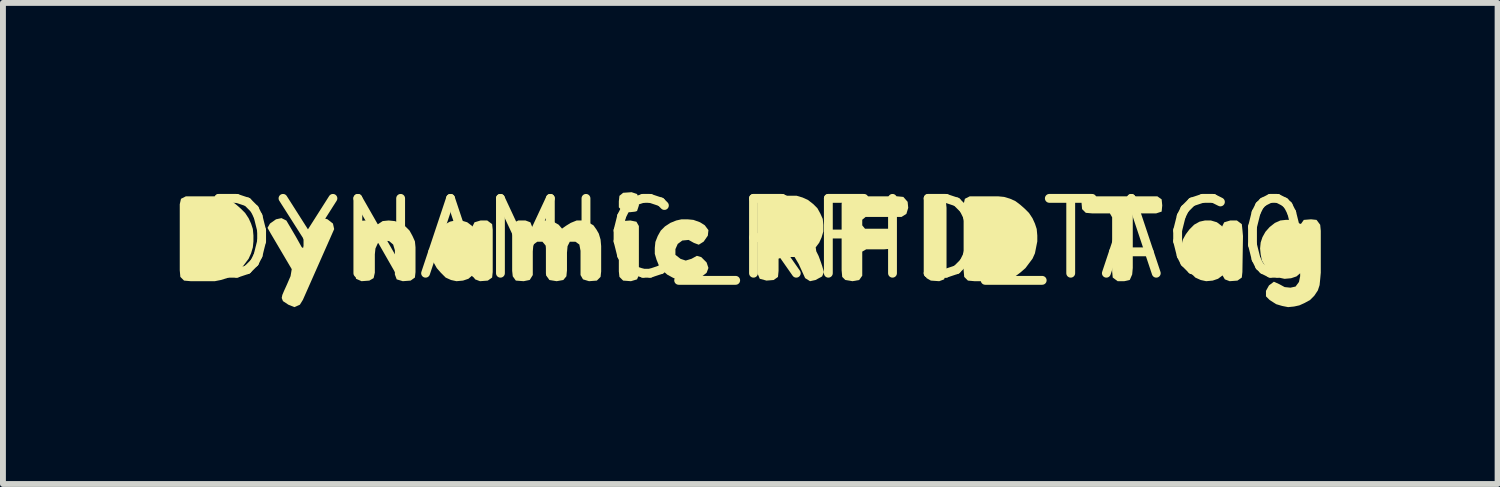
<source format=kicad_pcb>
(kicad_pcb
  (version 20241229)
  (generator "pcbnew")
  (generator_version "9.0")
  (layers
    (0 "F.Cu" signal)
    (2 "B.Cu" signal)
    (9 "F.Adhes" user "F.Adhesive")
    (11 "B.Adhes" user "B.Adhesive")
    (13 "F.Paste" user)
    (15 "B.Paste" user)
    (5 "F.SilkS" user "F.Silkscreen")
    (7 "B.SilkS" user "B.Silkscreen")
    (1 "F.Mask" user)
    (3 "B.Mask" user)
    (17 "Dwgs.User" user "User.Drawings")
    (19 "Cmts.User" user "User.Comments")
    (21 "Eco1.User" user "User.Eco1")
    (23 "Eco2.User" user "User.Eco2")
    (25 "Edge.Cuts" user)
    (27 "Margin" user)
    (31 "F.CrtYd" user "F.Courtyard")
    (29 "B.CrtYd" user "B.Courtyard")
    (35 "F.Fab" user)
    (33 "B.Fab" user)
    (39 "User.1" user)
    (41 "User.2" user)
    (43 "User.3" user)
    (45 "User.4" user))
  (footprint "DYNAMIC_RFID_TAG0"
    (layer "F.Cu")
    (at 9.765 1.006)
    (property "Reference" "DYNAMIC_RFID_TAG0" (at 0 0 0) (layer "F.SilkS") (effects (font (size 1.27 1.27) (thickness 0.15))))
    (fp_poly (pts (xy -2.017 -0.294) (xy -1.975 -0.221) (xy -1.975 0.611) (xy -2.006 0.684) (xy -2.109 0.715) (xy -2.242 0.705) (xy -2.305 0.642) (xy -2.315 0.55) (xy -2.315 -0.242) (xy -2.252 -0.305) (xy -2.12 -0.315)) (stroke (width 0) (type default)) (fill yes) (layer "F.SilkS"))
    (fp_poly (pts (xy -2.006 -0.764) (xy -1.975 -0.681) (xy -1.975 -0.569) (xy -2.006 -0.476) (xy -2.039 -0.465) (xy -2.13 -0.455) (xy -2.242 -0.465) (xy -2.315 -0.538) (xy -2.315 -0.64) (xy -2.305 -0.733) (xy -2.242 -0.785) (xy -2.099 -0.795)) (stroke (width 0) (type default)) (fill yes) (layer "F.SilkS"))
    (fp_poly (pts (xy 3.183 -0.705) (xy 3.235 -0.632) (xy 3.245 -0.53) (xy 3.245 0.49) (xy 3.235 0.591) (xy 3.204 0.684) (xy 3.121 0.715) (xy 2.979 0.705) (xy 2.906 0.663) (xy 2.885 0.571) (xy 2.885 -0.55) (xy 2.895 -0.652) (xy 2.948 -0.715) (xy 3.08 -0.725)) (stroke (width 0) (type default)) (fill yes) (layer "F.SilkS"))
    (fp_poly (pts (xy 6.895 -0.673) (xy 6.905 -0.57) (xy 6.895 -0.466) (xy 6.801 -0.435) (xy 6.49 -0.435) (xy 6.405 -0.426) (xy 6.405 0.49) (xy 6.395 0.601) (xy 6.354 0.694) (xy 6.261 0.715) (xy 6.148 0.715) (xy 6.065 0.653) (xy 6.055 0.55) (xy 6.055 -0.369) (xy 6.017 -0.435) (xy 5.72 -0.435) (xy 5.608 -0.445) (xy 5.545 -0.508) (xy 5.535 -0.621) (xy 5.577 -0.704) (xy 5.68 -0.725) (xy 6.822 -0.725)) (stroke (width 0) (type default)) (fill yes) (layer "F.SilkS"))
    (fp_poly (pts (xy 2.512 -0.715) (xy 2.585 -0.632) (xy 2.595 -0.53) (xy 2.564 -0.427) (xy 2.481 -0.375) (xy 1.872 -0.375) (xy 1.815 -0.328) (xy 1.815 -0.232) (xy 1.862 -0.175) (xy 2.272 -0.175) (xy 2.345 -0.123) (xy 2.365 -0.01) (xy 2.355 0.102) (xy 2.292 0.165) (xy 2.18 0.175) (xy 1.881 0.175) (xy 1.815 0.213) (xy 1.815 0.622) (xy 1.763 0.695) (xy 1.65 0.715) (xy 1.528 0.695) (xy 1.475 0.642) (xy 1.465 0.53) (xy 1.465 -0.601) (xy 1.496 -0.694) (xy 1.579 -0.725) (xy 2.41 -0.725)) (stroke (width 0) (type default)) (fill yes) (layer "F.SilkS"))
    (fp_poly (pts (xy -7.258 -0.335) (xy -7.166 -0.263) (xy -7.145 -0.169) (xy -7.185 -0.078) (xy -7.676 1.032) (xy -7.727 1.114) (xy -7.82 1.155) (xy -7.922 1.114) (xy -8.014 1.053) (xy -8.035 1) (xy -8.025 0.949) (xy -7.995 0.878) (xy -7.945 0.768) (xy -7.885 0.629) (xy -7.865 0.511) (xy -8.224 -0.098) (xy -8.276 -0.19) (xy -8.234 -0.263) (xy -8.132 -0.335) (xy -8.039 -0.355) (xy -7.956 -0.314) (xy -7.796 -0.042) (xy -7.696 0.137) (xy -7.672 0.153) (xy -7.645 0.088) (xy -7.524 -0.182) (xy -7.474 -0.273) (xy -7.443 -0.314) (xy -7.361 -0.365)) (stroke (width 0) (type default)) (fill yes) (layer "F.SilkS"))
    (fp_poly (pts (xy 4.221 -0.715) (xy 4.322 -0.685) (xy 4.413 -0.644) (xy 4.493 -0.584) (xy 4.573 -0.514) (xy 4.644 -0.443) (xy 4.704 -0.352) (xy 4.745 -0.262) (xy 4.775 -0.171) (xy 4.785 -0.06) (xy 4.785 0.04) (xy 4.765 0.141) (xy 4.745 0.242) (xy 4.704 0.333) (xy 4.644 0.413) (xy 4.584 0.493) (xy 4.503 0.564) (xy 4.423 0.624) (xy 4.327 0.667) (xy 4.326 0.663) (xy 4.231 0.695) (xy 4.13 0.715) (xy 3.72 0.715) (xy 3.608 0.705) (xy 3.545 0.642) (xy 3.535 0.53) (xy 3.535 -0.591) (xy 3.556 -0.683) (xy 3.639 -0.725) (xy 4.12 -0.725)) (stroke (width 0) (type default)) (fill yes) (layer "F.SilkS"))
    (fp_poly (pts (xy -4.888 -0.285) (xy -4.806 -0.223) (xy -4.8 -0.211) (xy -4.764 -0.284) (xy -4.661 -0.315) (xy -4.548 -0.315) (xy -4.465 -0.253) (xy -4.455 -0.16) (xy -4.455 0.56) (xy -4.465 0.653) (xy -4.538 0.705) (xy -4.671 0.715) (xy -4.753 0.684) (xy -4.801 0.617) (xy -4.867 0.674) (xy -4.959 0.705) (xy -5.07 0.715) (xy -5.162 0.695) (xy -5.253 0.654) (xy -5.334 0.573) (xy -5.404 0.493) (xy -5.455 0.402) (xy -5.485 0.311) (xy -5.495 0.21) (xy -5.485 0.109) (xy -5.465 0.008) (xy -5.414 -0.083) (xy -5.354 -0.163) (xy -5.273 -0.244) (xy -5.182 -0.295) (xy -5.091 -0.315) (xy -4.989 -0.315)) (stroke (width 0) (type default)) (fill yes) (layer "F.SilkS"))
    (fp_poly (pts (xy -9.079 -0.715) (xy -8.978 -0.685) (xy -8.887 -0.644) (xy -8.807 -0.584) (xy -8.727 -0.514) (xy -8.656 -0.443) (xy -8.596 -0.352) (xy -8.555 -0.262) (xy -8.525 -0.171) (xy -8.515 -0.06) (xy -8.515 0.04) (xy -8.525 0.141) (xy -8.555 0.242) (xy -8.596 0.333) (xy -8.656 0.413) (xy -8.716 0.493) (xy -8.797 0.564) (xy -8.877 0.624) (xy -8.964 0.663) (xy -8.963 0.663) (xy -8.968 0.665) (xy -8.973 0.667) (xy -8.973 0.666) (xy -9.069 0.695) (xy -9.17 0.715) (xy -9.58 0.715) (xy -9.692 0.705) (xy -9.755 0.642) (xy -9.765 0.53) (xy -9.765 -0.591) (xy -9.744 -0.683) (xy -9.661 -0.725) (xy -9.18 -0.725)) (stroke (width 0) (type default)) (fill yes) (layer "F.SilkS"))
    (fp_poly (pts (xy 7.832 -0.285) (xy 7.914 -0.223) (xy 7.92 -0.211) (xy 7.956 -0.284) (xy 8.059 -0.315) (xy 8.172 -0.315) (xy 8.255 -0.253) (xy 8.265 -0.161) (xy 8.275 -0.05) (xy 8.265 0.56) (xy 8.255 0.653) (xy 8.182 0.705) (xy 8.049 0.715) (xy 7.967 0.684) (xy 7.928 0.617) (xy 7.852 0.674) (xy 7.761 0.705) (xy 7.65 0.715) (xy 7.558 0.695) (xy 7.467 0.654) (xy 7.386 0.573) (xy 7.316 0.493) (xy 7.265 0.402) (xy 7.235 0.311) (xy 7.225 0.21) (xy 7.235 0.109) (xy 7.255 0.008) (xy 7.306 -0.083) (xy 7.366 -0.163) (xy 7.447 -0.244) (xy 7.538 -0.295) (xy 7.629 -0.315) (xy 7.731 -0.315)) (stroke (width 0) (type default)) (fill yes) (layer "F.SilkS"))
    (fp_poly (pts (xy -6.119 -0.305) (xy -6.028 -0.275) (xy -5.937 -0.214) (xy -5.866 -0.143) (xy -5.816 -0.052) (xy -5.775 0.039) (xy -5.765 0.14) (xy -5.765 0.56) (xy -5.775 0.653) (xy -5.848 0.705) (xy -5.981 0.715) (xy -6.084 0.684) (xy -6.115 0.601) (xy -6.115 0.191) (xy -6.144 0.093) (xy -6.212 0.035) (xy -6.319 0.025) (xy -6.406 0.074) (xy -6.445 0.161) (xy -6.455 0.26) (xy -6.455 0.571) (xy -6.476 0.663) (xy -6.548 0.705) (xy -6.681 0.715) (xy -6.774 0.674) (xy -6.795 0.581) (xy -6.795 -0.232) (xy -6.743 -0.305) (xy -6.62 -0.315) (xy -6.507 -0.305) (xy -6.458 -0.236) (xy -6.412 -0.245) (xy -6.322 -0.305) (xy -6.22 -0.315)) (stroke (width 0) (type default)) (fill yes) (layer "F.SilkS"))
    (fp_poly (pts (xy 0.802 -0.705) (xy 0.893 -0.664) (xy 0.979 -0.597) (xy 0.98 -0.597) (xy 0.983 -0.594) (xy 0.987 -0.591) (xy 0.987 -0.59) (xy 1.054 -0.523) (xy 1.104 -0.432) (xy 1.145 -0.341) (xy 1.155 -0.24) (xy 1.155 -0.129) (xy 1.125 -0.028) (xy 1.084 0.063) (xy 1.025 0.141) (xy 1.035 0.208) (xy 1.075 0.288) (xy 1.115 0.398) (xy 1.135 0.458) (xy 1.165 0.56) (xy 1.134 0.634) (xy 1.022 0.695) (xy 0.929 0.715) (xy 0.846 0.663) (xy 0.736 0.422) (xy 0.667 0.305) (xy 0.471 0.305) (xy 0.395 0.333) (xy 0.395 0.54) (xy 0.385 0.643) (xy 0.312 0.695) (xy 0.19 0.705) (xy 0.076 0.674) (xy 0.045 0.601) (xy 0.045 -0.631) (xy 0.087 -0.714) (xy 0.19 -0.735) (xy 0.701 -0.735)) (stroke (width 0) (type default)) (fill yes) (layer "F.SilkS"))
    (fp_poly (pts (xy -1.049 -0.325) (xy -0.938 -0.285) (xy -0.857 -0.234) (xy -0.795 -0.151) (xy -0.805 -0.058) (xy -0.876 0.044) (xy -0.959 0.096) (xy -1.042 0.065) (xy -1.131 0.015) (xy -1.238 0.025) (xy -1.316 0.083) (xy -1.355 0.171) (xy -1.355 0.268) (xy -1.268 0.336) (xy -1.18 0.365) (xy -1.082 0.335) (xy -0.991 0.285) (xy -0.917 0.306) (xy -0.826 0.397) (xy -0.795 0.49) (xy -0.826 0.573) (xy -0.917 0.644) (xy -1.008 0.695) (xy -1.11 0.715) (xy -1.21 0.715) (xy -1.312 0.695) (xy -1.402 0.654) (xy -1.493 0.604) (xy -1.574 0.533) (xy -1.634 0.452) (xy -1.675 0.352) (xy -1.705 0.251) (xy -1.705 0.15) (xy -1.695 0.049) (xy -1.655 -0.052) (xy -1.604 -0.143) (xy -1.533 -0.214) (xy -1.442 -0.274) (xy -1.341 -0.315) (xy -1.251 -0.335) (xy -1.15 -0.335)) (stroke (width 0) (type default)) (fill yes) (layer "F.SilkS"))
    (fp_poly (pts (xy 9.523 -0.325) (xy 9.585 -0.242) (xy 9.595 -0.14) (xy 9.595 0.57) (xy 9.585 0.68) (xy 9.575 0.781) (xy 9.545 0.872) (xy 9.484 0.963) (xy 9.413 1.034) (xy 9.322 1.084) (xy 9.232 1.125) (xy 9.141 1.145) (xy 9.04 1.155) (xy 8.939 1.135) (xy 8.838 1.105) (xy 8.727 1.034) (xy 8.665 0.972) (xy 8.665 0.879) (xy 8.716 0.787) (xy 8.799 0.724) (xy 8.892 0.766) (xy 8.982 0.815) (xy 9.08 0.825) (xy 9.167 0.806) (xy 9.225 0.728) (xy 9.245 0.63) (xy 9.245 0.581) (xy 9.183 0.634) (xy 9.091 0.665) (xy 8.98 0.675) (xy 8.888 0.655) (xy 8.797 0.604) (xy 8.716 0.534) (xy 8.646 0.453) (xy 8.595 0.362) (xy 8.575 0.261) (xy 8.565 0.16) (xy 8.575 0.059) (xy 8.605 -0.032) (xy 8.656 -0.123) (xy 8.727 -0.204) (xy 8.817 -0.274) (xy 8.909 -0.315) (xy 9 -0.325) (xy 9.101 -0.325) (xy 9.202 -0.275) (xy 9.258 -0.256) (xy 9.307 -0.325) (xy 9.43 -0.335)) (stroke (width 0) (type default)) (fill yes) (layer "F.SilkS"))
    (fp_poly (pts (xy -3.816 -0.284) (xy -3.779 -0.19) (xy -3.713 -0.274) (xy -3.621 -0.315) (xy -3.53 -0.315) (xy -3.428 -0.295) (xy -3.337 -0.244) (xy -3.279 -0.177) (xy -3.213 -0.224) (xy -3.132 -0.274) (xy -3.031 -0.315) (xy -2.929 -0.315) (xy -2.838 -0.285) (xy -2.747 -0.234) (xy -2.696 -0.163) (xy -2.655 -0.092) (xy -2.625 0.009) (xy -2.615 0.12) (xy -2.615 0.55) (xy -2.625 0.642) (xy -2.688 0.705) (xy -2.821 0.715) (xy -2.923 0.684) (xy -2.965 0.611) (xy -2.965 0.2) (xy -2.985 0.093) (xy -3.052 0.045) (xy -3.147 0.045) (xy -3.185 0.121) (xy -3.195 0.23) (xy -3.195 0.53) (xy -3.205 0.632) (xy -3.257 0.695) (xy -3.37 0.715) (xy -3.493 0.695) (xy -3.545 0.622) (xy -3.545 0.22) (xy -3.555 0.112) (xy -3.612 0.045) (xy -3.698 0.045) (xy -3.765 0.093) (xy -3.775 0.21) (xy -3.775 0.611) (xy -3.827 0.694) (xy -3.93 0.715) (xy -4.063 0.705) (xy -4.115 0.632) (xy -4.125 0.54) (xy -4.125 -0.181) (xy -4.104 -0.273) (xy -4.021 -0.315) (xy -3.899 -0.315)) (stroke (width 0) (type default)) (fill yes) (layer "F.SilkS")))
  (gr_rect
    (start -3 -3)
    (end 22.36 5.162)
    (stroke (width 0.1) (type default))
    (fill no)
    (layer "Edge.Cuts")))
</source>
